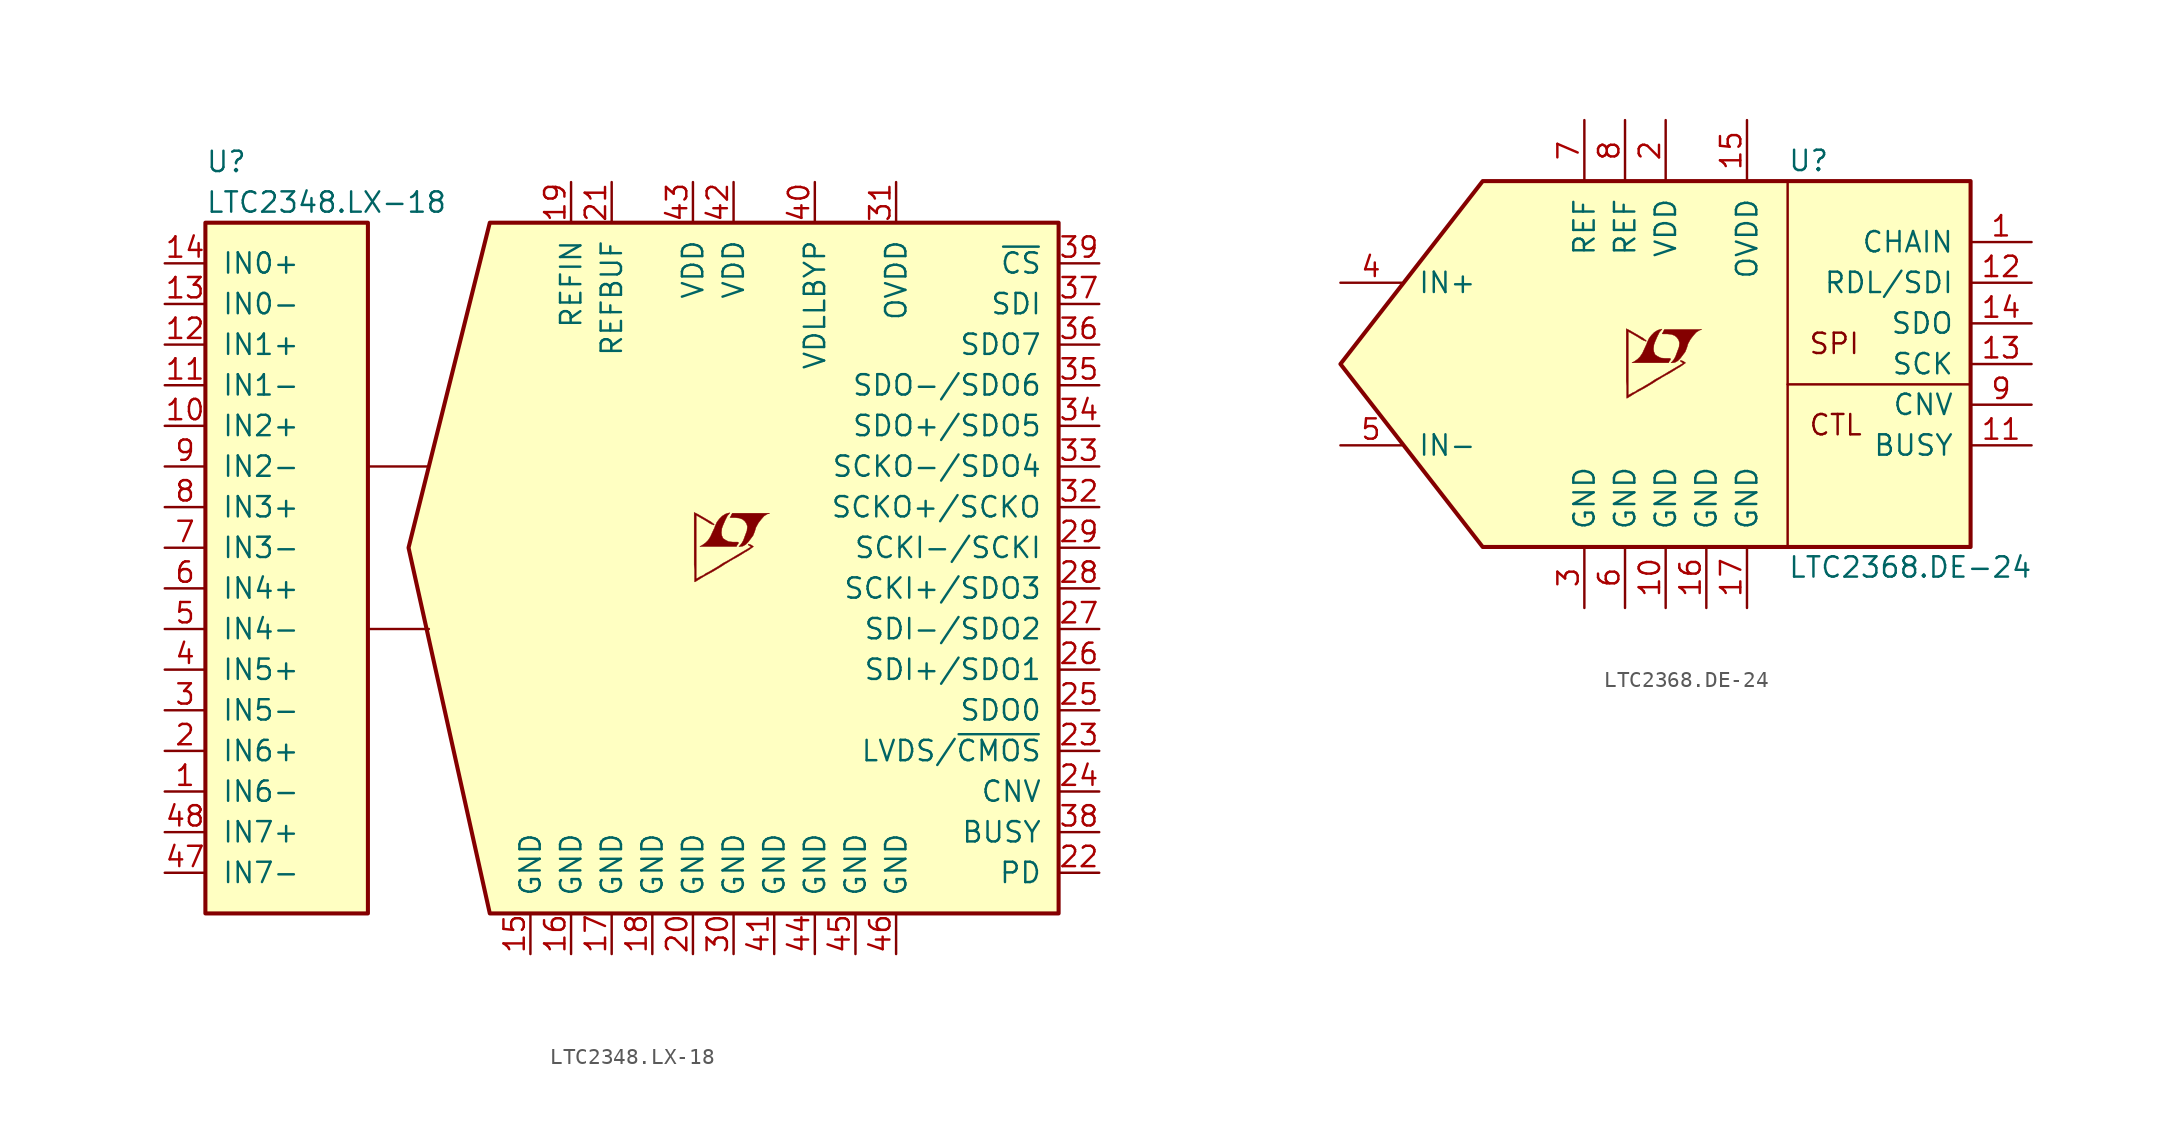
<source format=kicad_sym>
(kicad_symbol_lib
  (version 20201005)
  (generator kicad_symbol_editor)
  (symbol "LTC2348.LX-18"
    (pin_names
      (offset 1.016))
    (property "Reference" "U"
      (at -27.94 24.13 0)
      (effects (font (size 1.27 1.27)) (justify left)))
    (property "Value" "LTC2348.LX-18"
      (at -27.94 21.59 0)
      (effects (font (size 1.27 1.27)) (justify left)))
    (symbol "LTC2348.LX-18_0_0"
      (polyline (pts (xy 5.664 0.102) (xy 5.842 0.203) (xy 5.994 0.356) (xy 6.299 0.762) (xy 6.401 1.016) (xy 6.477 1.27) (xy 6.629 1.549) (xy 6.807 1.778) (xy 6.985 1.981) (xy 7.188 2.108) (xy 7.341 2.159) (xy 5.004 2.159) (xy 4.928 2.032) (xy 4.928 2.007) (xy 4.877 1.93) (xy 4.851 1.905) (xy 4.902 1.88) (xy 5.182 1.88) (xy 5.436 1.854) (xy 5.639 1.778) (xy 5.791 1.651) (xy 5.893 1.499) (xy 5.944 1.321) (xy 5.918 1.092) (xy 5.918 1.067) (xy 5.69 0.457) (xy 5.588 0.279) (xy 5.486 0.152) (xy 5.41 0.076) (xy 5.512 0.076) (xy 5.664 0.102)) (stroke (width 0.025)) (fill (type outline)))
      (polyline (pts (xy 5.309 0.178) (xy 5.334 0.203) (xy 5.385 0.279) (xy 5.385 0.33) (xy 5.334 0.356) (xy 5.029 0.356) (xy 4.775 0.381) (xy 4.572 0.483) (xy 4.42 0.584) (xy 4.343 0.762) (xy 4.318 0.94) (xy 4.343 1.168) (xy 4.343 1.194) (xy 4.394 1.346) (xy 4.547 1.702) (xy 4.699 2.007) (xy 4.775 2.083) (xy 4.851 2.184) (xy 4.724 2.159) (xy 4.572 2.108) (xy 4.369 1.981) (xy 4.191 1.803) (xy 4.039 1.6) (xy 3.912 1.321) (xy 3.912 1.295) (xy 3.759 0.965) (xy 3.632 0.686) (xy 3.48 0.457) (xy 3.327 0.305) (xy 3.15 0.178) (xy 2.972 0.076) (xy 5.258 0.076) (xy 5.309 0.178)) (stroke (width 0.025)) (fill (type outline)))
      (polyline (pts (xy 2.718 -2.108) (xy 2.794 -2.057) (xy 2.921 -1.981) (xy 2.997 -1.93) (xy 3.251 -1.778) (xy 3.81 -1.473) (xy 4.318 -1.168) (xy 4.547 -1.016) (xy 4.724 -0.914) (xy 4.877 -0.813) (xy 4.978 -0.762) (xy 5.055 -0.711) (xy 5.207 -0.635) (xy 5.385 -0.533) (xy 5.791 -0.279) (xy 5.969 -0.178) (xy 6.121 -0.076) (xy 6.223 0) (xy 6.299 0.051) (xy 6.325 0.076) (xy 6.172 0.178) (xy 6.02 0.229) (xy 5.994 0.203) (xy 5.994 0.178) (xy 6.071 0.127) (xy 6.172 0.051) (xy 5.258 -0.483) (xy 5.055 -0.61) (xy 4.75 -0.787) (xy 4.42 -0.965) (xy 4.115 -1.168) (xy 3.81 -1.346) (xy 3.556 -1.499) (xy 3.353 -1.6) (xy 3.175 -1.727) (xy 2.997 -1.803) (xy 2.87 -1.88) (xy 2.769 -1.93) (xy 2.743 -1.956) (xy 2.743 2.032) (xy 3.277 1.727) (xy 3.404 1.651) (xy 3.556 1.549) (xy 3.708 1.473) (xy 3.785 1.448) (xy 3.835 1.422) (xy 3.861 1.422) (xy 3.861 1.473) (xy 3.785 1.524) (xy 3.658 1.626) (xy 3.48 1.727) (xy 3.353 1.803) (xy 2.997 2.007) (xy 2.87 2.083) (xy 2.616 2.21) (xy 2.616 -1.067) (xy 2.642 -1.372) (xy 2.642 -2.134) (xy 2.667 -2.134) (xy 2.718 -2.108)) (stroke (width 0.025)) (fill (type outline))))
    (symbol "LTC2348.LX-18_0_1"
      (polyline (pts (xy -17.78 -5.08) (xy -13.97 -5.08)) (stroke (width 0)) (fill (type none)))
      (polyline (pts (xy -17.78 5.08) (xy -13.97 5.08)) (stroke (width 0)) (fill (type none)))
      (polyline (pts (xy 25.4 20.32) (xy 25.4 -22.86) (xy -10.16 -22.86) (xy -15.24 0) (xy -10.16 20.32) (xy 25.4 20.32)) (stroke (width 0.254)) (fill (type background))))
    (symbol "LTC2348.LX-18_1_1"
      (rectangle (start -27.94 20.32) (end -17.78 -22.86) (stroke (width 0.254)) (fill (type background)))
      (pin input line (at -30.48 -15.24 0) (length 2.54) (name "IN6-" (effects (font (size 1.27 1.27)))) (number "1" (effects (font (size 1.27 1.27)))))
      (pin input line (at -30.48 7.62 0) (length 2.54) (name "IN2+" (effects (font (size 1.27 1.27)))) (number "10" (effects (font (size 1.27 1.27)))))
      (pin input line (at -30.48 10.16 0) (length 2.54) (name "IN1-" (effects (font (size 1.27 1.27)))) (number "11" (effects (font (size 1.27 1.27)))))
      (pin input line (at -30.48 12.7 0) (length 2.54) (name "IN1+" (effects (font (size 1.27 1.27)))) (number "12" (effects (font (size 1.27 1.27)))))
      (pin input line (at -30.48 15.24 0) (length 2.54) (name "IN0-" (effects (font (size 1.27 1.27)))) (number "13" (effects (font (size 1.27 1.27)))))
      (pin input line (at -30.48 17.78 0) (length 2.54) (name "IN0+" (effects (font (size 1.27 1.27)))) (number "14" (effects (font (size 1.27 1.27)))))
      (pin power_in line (at -7.62 -25.4 90) (length 2.54) (name "GND" (effects (font (size 1.27 1.27)))) (number "15" (effects (font (size 1.27 1.27)))))
      (pin power_in line (at -5.08 -25.4 90) (length 2.54) (name "GND" (effects (font (size 1.27 1.27)))) (number "16" (effects (font (size 1.27 1.27)))))
      (pin power_in line (at -2.54 -25.4 90) (length 2.54) (name "GND" (effects (font (size 1.27 1.27)))) (number "17" (effects (font (size 1.27 1.27)))))
      (pin power_in line (at 0 -25.4 90) (length 2.54) (name "GND" (effects (font (size 1.27 1.27)))) (number "18" (effects (font (size 1.27 1.27)))))
      (pin passive line (at -5.08 22.86 270) (length 2.54) (name "REFIN" (effects (font (size 1.27 1.27)))) (number "19" (effects (font (size 1.27 1.27)))))
      (pin input line (at -30.48 -12.7 0) (length 2.54) (name "IN6+" (effects (font (size 1.27 1.27)))) (number "2" (effects (font (size 1.27 1.27)))))
      (pin power_in line (at 2.54 -25.4 90) (length 2.54) (name "GND" (effects (font (size 1.27 1.27)))) (number "20" (effects (font (size 1.27 1.27)))))
      (pin passive line (at -2.54 22.86 270) (length 2.54) (name "REFBUF" (effects (font (size 1.27 1.27)))) (number "21" (effects (font (size 1.27 1.27)))))
      (pin input line (at 27.94 -20.32 180) (length 2.54) (name "PD" (effects (font (size 1.27 1.27)))) (number "22" (effects (font (size 1.27 1.27)))))
      (pin input line (at 27.94 -12.7 180) (length 2.54) (name "LVDS/~CMOS~" (effects (font (size 1.27 1.27)))) (number "23" (effects (font (size 1.27 1.27)))))
      (pin input line (at 27.94 -15.24 180) (length 2.54) (name "CNV" (effects (font (size 1.27 1.27)))) (number "24" (effects (font (size 1.27 1.27)))))
      (pin output line (at 27.94 -10.16 180) (length 2.54) (name "SDO0" (effects (font (size 1.27 1.27)))) (number "25" (effects (font (size 1.27 1.27)))))
      (pin bidirectional line (at 27.94 -7.62 180) (length 2.54) (name "SDI+/SDO1" (effects (font (size 1.27 1.27)))) (number "26" (effects (font (size 1.27 1.27)))))
      (pin bidirectional line (at 27.94 -5.08 180) (length 2.54) (name "SDI-/SDO2" (effects (font (size 1.27 1.27)))) (number "27" (effects (font (size 1.27 1.27)))))
      (pin bidirectional line (at 27.94 -2.54 180) (length 2.54) (name "SCKI+/SDO3" (effects (font (size 1.27 1.27)))) (number "28" (effects (font (size 1.27 1.27)))))
      (pin input line (at 27.94 0 180) (length 2.54) (name "SCKI-/SCKI" (effects (font (size 1.27 1.27)))) (number "29" (effects (font (size 1.27 1.27)))))
      (pin input line (at -30.48 -10.16 0) (length 2.54) (name "IN5-" (effects (font (size 1.27 1.27)))) (number "3" (effects (font (size 1.27 1.27)))))
      (pin power_in line (at 5.08 -25.4 90) (length 2.54) (name "GND" (effects (font (size 1.27 1.27)))) (number "30" (effects (font (size 1.27 1.27)))))
      (pin power_in line (at 15.24 22.86 270) (length 2.54) (name "OVDD" (effects (font (size 1.27 1.27)))) (number "31" (effects (font (size 1.27 1.27)))))
      (pin output line (at 27.94 2.54 180) (length 2.54) (name "SCKO+/SCKO" (effects (font (size 1.27 1.27)))) (number "32" (effects (font (size 1.27 1.27)))))
      (pin output line (at 27.94 5.08 180) (length 2.54) (name "SCKO-/SDO4" (effects (font (size 1.27 1.27)))) (number "33" (effects (font (size 1.27 1.27)))))
      (pin output line (at 27.94 7.62 180) (length 2.54) (name "SDO+/SDO5" (effects (font (size 1.27 1.27)))) (number "34" (effects (font (size 1.27 1.27)))))
      (pin output line (at 27.94 10.16 180) (length 2.54) (name "SDO-/SDO6" (effects (font (size 1.27 1.27)))) (number "35" (effects (font (size 1.27 1.27)))))
      (pin output line (at 27.94 12.7 180) (length 2.54) (name "SDO7" (effects (font (size 1.27 1.27)))) (number "36" (effects (font (size 1.27 1.27)))))
      (pin input line (at 27.94 15.24 180) (length 2.54) (name "SDI" (effects (font (size 1.27 1.27)))) (number "37" (effects (font (size 1.27 1.27)))))
      (pin output line (at 27.94 -17.78 180) (length 2.54) (name "BUSY" (effects (font (size 1.27 1.27)))) (number "38" (effects (font (size 1.27 1.27)))))
      (pin input line (at 27.94 17.78 180) (length 2.54) (name "~CS~" (effects (font (size 1.27 1.27)))) (number "39" (effects (font (size 1.27 1.27)))))
      (pin input line (at -30.48 -7.62 0) (length 2.54) (name "IN5+" (effects (font (size 1.27 1.27)))) (number "4" (effects (font (size 1.27 1.27)))))
      (pin passive line (at 10.16 22.86 270) (length 2.54) (name "VDLLBYP" (effects (font (size 1.27 1.27)))) (number "40" (effects (font (size 1.27 1.27)))))
      (pin power_in line (at 7.62 -25.4 90) (length 2.54) (name "GND" (effects (font (size 1.27 1.27)))) (number "41" (effects (font (size 1.27 1.27)))))
      (pin power_in line (at 5.08 22.86 270) (length 2.54) (name "VDD" (effects (font (size 1.27 1.27)))) (number "42" (effects (font (size 1.27 1.27)))))
      (pin power_in line (at 2.54 22.86 270) (length 2.54) (name "VDD" (effects (font (size 1.27 1.27)))) (number "43" (effects (font (size 1.27 1.27)))))
      (pin power_in line (at 10.16 -25.4 90) (length 2.54) (name "GND" (effects (font (size 1.27 1.27)))) (number "44" (effects (font (size 1.27 1.27)))))
      (pin power_in line (at 12.7 -25.4 90) (length 2.54) (name "GND" (effects (font (size 1.27 1.27)))) (number "45" (effects (font (size 1.27 1.27)))))
      (pin power_in line (at 15.24 -25.4 90) (length 2.54) (name "GND" (effects (font (size 1.27 1.27)))) (number "46" (effects (font (size 1.27 1.27)))))
      (pin input line (at -30.48 -20.32 0) (length 2.54) (name "IN7-" (effects (font (size 1.27 1.27)))) (number "47" (effects (font (size 1.27 1.27)))))
      (pin input line (at -30.48 -17.78 0) (length 2.54) (name "IN7+" (effects (font (size 1.27 1.27)))) (number "48" (effects (font (size 1.27 1.27)))))
      (pin input line (at -30.48 -5.08 0) (length 2.54) (name "IN4-" (effects (font (size 1.27 1.27)))) (number "5" (effects (font (size 1.27 1.27)))))
      (pin input line (at -30.48 -2.54 0) (length 2.54) (name "IN4+" (effects (font (size 1.27 1.27)))) (number "6" (effects (font (size 1.27 1.27)))))
      (pin input line (at -30.48 0 0) (length 2.54) (name "IN3-" (effects (font (size 1.27 1.27)))) (number "7" (effects (font (size 1.27 1.27)))))
      (pin input line (at -30.48 2.54 0) (length 2.54) (name "IN3+" (effects (font (size 1.27 1.27)))) (number "8" (effects (font (size 1.27 1.27)))))
      (pin input line (at -30.48 5.08 0) (length 2.54) (name "IN2-" (effects (font (size 1.27 1.27)))) (number "9" (effects (font (size 1.27 1.27)))))))
  (symbol "LTC2368.DE-24"
    (pin_names
      (offset 1.016))
    (property "Reference" "U"
      (at 7.62 12.7 0)
      (effects (font (size 1.27 1.27)) (justify left)))
    (property "Value" "LTC2368.DE-24"
      (at 7.62 -12.7 0)
      (effects (font (size 1.27 1.27)) (justify left)))
    (symbol "LTC2368.DE-24_0_0"
      (text "CTL" (at 8.89 -3.81 0) (effects (font (size 1.27 1.27)) (justify left)))
      (text "SPI" (at 8.89 1.27 0) (effects (font (size 1.27 1.27)) (justify left)))
      (polyline (pts (xy 0.584 0.102) (xy 0.762 0.203) (xy 0.914 0.356) (xy 1.219 0.762) (xy 1.321 1.016) (xy 1.397 1.27) (xy 1.549 1.549) (xy 1.727 1.778) (xy 1.905 1.981) (xy 2.108 2.108) (xy 2.261 2.159) (xy -0.076 2.159) (xy -0.152 2.032) (xy -0.152 2.007) (xy -0.203 1.93) (xy -0.229 1.905) (xy -0.178 1.88) (xy 0.102 1.88) (xy 0.356 1.854) (xy 0.559 1.778) (xy 0.711 1.651) (xy 0.813 1.499) (xy 0.864 1.321) (xy 0.838 1.092) (xy 0.838 1.067) (xy 0.61 0.457) (xy 0.508 0.279) (xy 0.406 0.152) (xy 0.33 0.076) (xy 0.432 0.076) (xy 0.584 0.102)) (stroke (width 0.025)) (fill (type outline)))
      (polyline (pts (xy 0.229 0.178) (xy 0.254 0.203) (xy 0.305 0.279) (xy 0.305 0.33) (xy 0.254 0.356) (xy -0.051 0.356) (xy -0.305 0.381) (xy -0.508 0.483) (xy -0.66 0.584) (xy -0.737 0.762) (xy -0.762 0.94) (xy -0.737 1.168) (xy -0.737 1.194) (xy -0.686 1.346) (xy -0.533 1.702) (xy -0.381 2.007) (xy -0.305 2.083) (xy -0.229 2.184) (xy -0.356 2.159) (xy -0.508 2.108) (xy -0.711 1.981) (xy -0.889 1.803) (xy -1.041 1.6) (xy -1.168 1.321) (xy -1.168 1.295) (xy -1.321 0.965) (xy -1.448 0.686) (xy -1.6 0.457) (xy -1.753 0.305) (xy -1.93 0.178) (xy -2.108 0.076) (xy 0.178 0.076) (xy 0.229 0.178)) (stroke (width 0.025)) (fill (type outline)))
      (polyline (pts (xy -2.362 -2.108) (xy -2.286 -2.057) (xy -2.159 -1.981) (xy -2.083 -1.93) (xy -1.829 -1.778) (xy -1.27 -1.473) (xy -0.762 -1.168) (xy -0.533 -1.016) (xy -0.356 -0.914) (xy -0.203 -0.813) (xy -0.102 -0.762) (xy -0.025 -0.711) (xy 0.127 -0.635) (xy 0.305 -0.533) (xy 0.711 -0.279) (xy 0.889 -0.178) (xy 1.041 -0.076) (xy 1.143 0) (xy 1.219 0.051) (xy 1.245 0.076) (xy 1.092 0.178) (xy 0.94 0.229) (xy 0.914 0.203) (xy 0.914 0.178) (xy 0.991 0.127) (xy 1.092 0.051) (xy 0.178 -0.483) (xy -0.025 -0.61) (xy -0.33 -0.787) (xy -0.66 -0.965) (xy -0.965 -1.168) (xy -1.27 -1.346) (xy -1.524 -1.499) (xy -1.727 -1.6) (xy -1.905 -1.727) (xy -2.083 -1.803) (xy -2.21 -1.88) (xy -2.311 -1.93) (xy -2.337 -1.956) (xy -2.337 2.032) (xy -1.803 1.727) (xy -1.676 1.651) (xy -1.524 1.549) (xy -1.372 1.473) (xy -1.295 1.448) (xy -1.245 1.422) (xy -1.219 1.422) (xy -1.219 1.473) (xy -1.295 1.524) (xy -1.422 1.626) (xy -1.6 1.727) (xy -1.727 1.803) (xy -2.083 2.007) (xy -2.21 2.083) (xy -2.464 2.21) (xy -2.464 -1.067) (xy -2.438 -1.372) (xy -2.438 -2.134) (xy -2.413 -2.134) (xy -2.362 -2.108)) (stroke (width 0.025)) (fill (type outline))))
    (symbol "LTC2368.DE-24_0_1"
      (polyline (pts (xy 7.62 -1.27) (xy 19.05 -1.27)) (stroke (width 0)) (fill (type none)))
      (polyline (pts (xy 7.62 11.43) (xy 7.62 -11.43)) (stroke (width 0)) (fill (type none)))
      (polyline (pts (xy 19.05 11.43) (xy 19.05 -11.43) (xy -11.43 -11.43) (xy -20.32 0) (xy -11.43 11.43) (xy 19.05 11.43)) (stroke (width 0.254)) (fill (type background))))
    (symbol "LTC2368.DE-24_1_1"
      (pin input line (at 22.86 7.62 180) (length 3.81) (name "CHAIN" (effects (font (size 1.27 1.27)))) (number "1" (effects (font (size 1.27 1.27)))))
      (pin power_in line (at 0 -15.24 90) (length 3.81) (name "GND" (effects (font (size 1.27 1.27)))) (number "10" (effects (font (size 1.27 1.27)))))
      (pin output line (at 22.86 -5.08 180) (length 3.81) (name "BUSY" (effects (font (size 1.27 1.27)))) (number "11" (effects (font (size 1.27 1.27)))))
      (pin input line (at 22.86 5.08 180) (length 3.81) (name "RDL/SDI" (effects (font (size 1.27 1.27)))) (number "12" (effects (font (size 1.27 1.27)))))
      (pin input line (at 22.86 0 180) (length 3.81) (name "SCK" (effects (font (size 1.27 1.27)))) (number "13" (effects (font (size 1.27 1.27)))))
      (pin output line (at 22.86 2.54 180) (length 3.81) (name "SDO" (effects (font (size 1.27 1.27)))) (number "14" (effects (font (size 1.27 1.27)))))
      (pin power_in line (at 5.08 15.24 270) (length 3.81) (name "OVDD" (effects (font (size 1.27 1.27)))) (number "15" (effects (font (size 1.27 1.27)))))
      (pin power_in line (at 2.54 -15.24 90) (length 3.81) (name "GND" (effects (font (size 1.27 1.27)))) (number "16" (effects (font (size 1.27 1.27)))))
      (pin power_in line (at 5.08 -15.24 90) (length 3.81) (name "GND" (effects (font (size 1.27 1.27)))) (number "17" (effects (font (size 1.27 1.27)))))
      (pin power_in line (at 0 15.24 270) (length 3.81) (name "VDD" (effects (font (size 1.27 1.27)))) (number "2" (effects (font (size 1.27 1.27)))))
      (pin power_in line (at -5.08 -15.24 90) (length 3.81) (name "GND" (effects (font (size 1.27 1.27)))) (number "3" (effects (font (size 1.27 1.27)))))
      (pin input line (at -20.32 5.08 0) (length 3.81) (name "IN+" (effects (font (size 1.27 1.27)))) (number "4" (effects (font (size 1.27 1.27)))))
      (pin input line (at -20.32 -5.08 0) (length 3.81) (name "IN-" (effects (font (size 1.27 1.27)))) (number "5" (effects (font (size 1.27 1.27)))))
      (pin power_in line (at -2.54 -15.24 90) (length 3.81) (name "GND" (effects (font (size 1.27 1.27)))) (number "6" (effects (font (size 1.27 1.27)))))
      (pin passive line (at -5.08 15.24 270) (length 3.81) (name "REF" (effects (font (size 1.27 1.27)))) (number "7" (effects (font (size 1.27 1.27)))))
      (pin passive line (at -2.54 15.24 270) (length 3.81) (name "REF" (effects (font (size 1.27 1.27)))) (number "8" (effects (font (size 1.27 1.27)))))
      (pin input line (at 22.86 -2.54 180) (length 3.81) (name "CNV" (effects (font (size 1.27 1.27)))) (number "9" (effects (font (size 1.27 1.27))))))))
</source>
